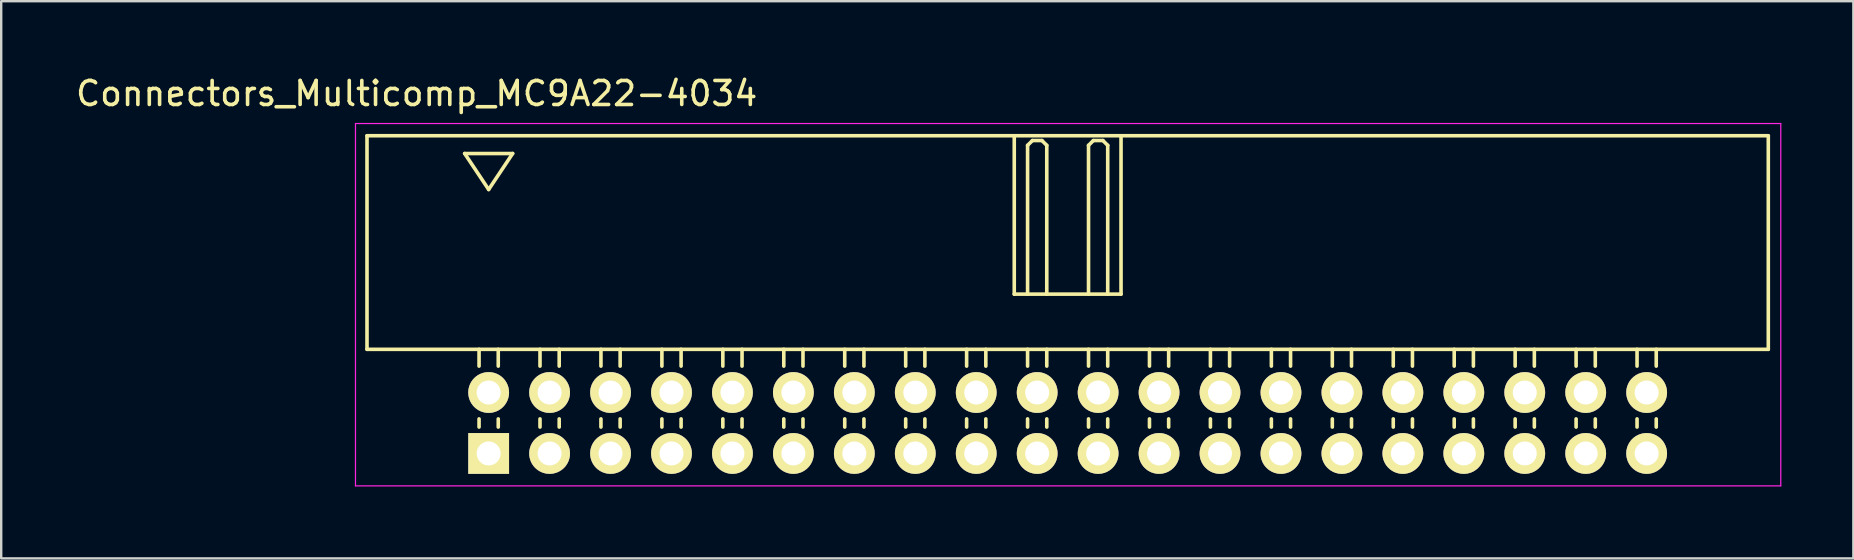
<source format=kicad_pcb>
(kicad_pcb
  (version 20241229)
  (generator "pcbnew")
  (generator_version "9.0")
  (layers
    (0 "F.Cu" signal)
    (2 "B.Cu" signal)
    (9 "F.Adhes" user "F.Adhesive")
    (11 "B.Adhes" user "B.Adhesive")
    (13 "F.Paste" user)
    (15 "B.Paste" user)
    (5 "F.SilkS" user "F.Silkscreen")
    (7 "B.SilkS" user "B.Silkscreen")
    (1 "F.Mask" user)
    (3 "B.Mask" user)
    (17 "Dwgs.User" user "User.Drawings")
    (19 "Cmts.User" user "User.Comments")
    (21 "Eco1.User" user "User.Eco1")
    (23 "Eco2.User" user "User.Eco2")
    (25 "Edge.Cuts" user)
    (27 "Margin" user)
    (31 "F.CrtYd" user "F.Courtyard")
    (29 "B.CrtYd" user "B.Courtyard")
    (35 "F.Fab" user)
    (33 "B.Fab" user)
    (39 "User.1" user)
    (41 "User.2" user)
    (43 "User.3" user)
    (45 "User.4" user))
  (footprint "Connectors_Multicomp_MC9A22-4034"
    (layer "F.Cu")
    (at 17.315 15.848)
    (property "Reference" "Connectors_Multicomp_MC9A22-4034" (at -3 -15 0) (layer "F.SilkS") (effects (font (size 1 1) (thickness 0.15))))
    (attr through_hole)
    (fp_line (start -5.07 -13.24) (end 53.33 -13.24) (stroke (width 0.15) (type solid)) (layer "F.SilkS"))
    (fp_line (start -5.07 -4.34) (end -5.07 -13.24) (stroke (width 0.15) (type solid)) (layer "F.SilkS"))
    (fp_line (start -1 -12.5) (end 1 -12.5) (stroke (width 0.15) (type solid)) (layer "F.SilkS"))
    (fp_line (start -0.4 -3.64) (end -0.4 -4.34) (stroke (width 0.15) (type solid)) (layer "F.SilkS"))
    (fp_line (start -0.4 -1.1) (end -0.4 -1.44) (stroke (width 0.15) (type solid)) (layer "F.SilkS"))
    (fp_line (start 0 -11) (end -1 -12.5) (stroke (width 0.15) (type solid)) (layer "F.SilkS"))
    (fp_line (start 0.4 -3.64) (end 0.4 -4.34) (stroke (width 0.15) (type solid)) (layer "F.SilkS"))
    (fp_line (start 0.4 -1.1) (end 0.4 -1.44) (stroke (width 0.15) (type solid)) (layer "F.SilkS"))
    (fp_line (start 1 -12.5) (end 0 -11) (stroke (width 0.15) (type solid)) (layer "F.SilkS"))
    (fp_line (start 2.14 -3.64) (end 2.14 -4.34) (stroke (width 0.15) (type solid)) (layer "F.SilkS"))
    (fp_line (start 2.14 -1.1) (end 2.14 -1.44) (stroke (width 0.15) (type solid)) (layer "F.SilkS"))
    (fp_line (start 2.94 -3.64) (end 2.94 -4.34) (stroke (width 0.15) (type solid)) (layer "F.SilkS"))
    (fp_line (start 2.94 -1.1) (end 2.94 -1.44) (stroke (width 0.15) (type solid)) (layer "F.SilkS"))
    (fp_line (start 4.68 -3.64) (end 4.68 -4.34) (stroke (width 0.15) (type solid)) (layer "F.SilkS"))
    (fp_line (start 4.68 -1.1) (end 4.68 -1.44) (stroke (width 0.15) (type solid)) (layer "F.SilkS"))
    (fp_line (start 5.48 -3.64) (end 5.48 -4.34) (stroke (width 0.15) (type solid)) (layer "F.SilkS"))
    (fp_line (start 5.48 -1.1) (end 5.48 -1.44) (stroke (width 0.15) (type solid)) (layer "F.SilkS"))
    (fp_line (start 7.22 -3.64) (end 7.22 -4.34) (stroke (width 0.15) (type solid)) (layer "F.SilkS"))
    (fp_line (start 7.22 -1.1) (end 7.22 -1.44) (stroke (width 0.15) (type solid)) (layer "F.SilkS"))
    (fp_line (start 8.02 -3.64) (end 8.02 -4.34) (stroke (width 0.15) (type solid)) (layer "F.SilkS"))
    (fp_line (start 8.02 -1.1) (end 8.02 -1.44) (stroke (width 0.15) (type solid)) (layer "F.SilkS"))
    (fp_line (start 9.76 -3.64) (end 9.76 -4.34) (stroke (width 0.15) (type solid)) (layer "F.SilkS"))
    (fp_line (start 9.76 -1.1) (end 9.76 -1.44) (stroke (width 0.15) (type solid)) (layer "F.SilkS"))
    (fp_line (start 10.56 -3.64) (end 10.56 -4.34) (stroke (width 0.15) (type solid)) (layer "F.SilkS"))
    (fp_line (start 10.56 -1.1) (end 10.56 -1.44) (stroke (width 0.15) (type solid)) (layer "F.SilkS"))
    (fp_line (start 12.3 -3.64) (end 12.3 -4.34) (stroke (width 0.15) (type solid)) (layer "F.SilkS"))
    (fp_line (start 12.3 -1.1) (end 12.3 -1.44) (stroke (width 0.15) (type solid)) (layer "F.SilkS"))
    (fp_line (start 13.1 -3.64) (end 13.1 -4.34) (stroke (width 0.15) (type solid)) (layer "F.SilkS"))
    (fp_line (start 13.1 -1.1) (end 13.1 -1.44) (stroke (width 0.15) (type solid)) (layer "F.SilkS"))
    (fp_line (start 14.84 -3.64) (end 14.84 -4.34) (stroke (width 0.15) (type solid)) (layer "F.SilkS"))
    (fp_line (start 14.84 -1.1) (end 14.84 -1.44) (stroke (width 0.15) (type solid)) (layer "F.SilkS"))
    (fp_line (start 15.64 -3.64) (end 15.64 -4.34) (stroke (width 0.15) (type solid)) (layer "F.SilkS"))
    (fp_line (start 15.64 -1.1) (end 15.64 -1.44) (stroke (width 0.15) (type solid)) (layer "F.SilkS"))
    (fp_line (start 17.38 -3.64) (end 17.38 -4.34) (stroke (width 0.15) (type solid)) (layer "F.SilkS"))
    (fp_line (start 17.38 -1.1) (end 17.38 -1.44) (stroke (width 0.15) (type solid)) (layer "F.SilkS"))
    (fp_line (start 18.18 -3.64) (end 18.18 -4.34) (stroke (width 0.15) (type solid)) (layer "F.SilkS"))
    (fp_line (start 18.18 -1.1) (end 18.18 -1.44) (stroke (width 0.15) (type solid)) (layer "F.SilkS"))
    (fp_line (start 19.92 -3.64) (end 19.92 -4.34) (stroke (width 0.15) (type solid)) (layer "F.SilkS"))
    (fp_line (start 19.92 -1.1) (end 19.92 -1.44) (stroke (width 0.15) (type solid)) (layer "F.SilkS"))
    (fp_line (start 20.72 -3.64) (end 20.72 -4.34) (stroke (width 0.15) (type solid)) (layer "F.SilkS"))
    (fp_line (start 20.72 -1.1) (end 20.72 -1.44) (stroke (width 0.15) (type solid)) (layer "F.SilkS"))
    (fp_line (start 21.905 -13.24) (end 21.905 -6.64) (stroke (width 0.15) (type solid)) (layer "F.SilkS"))
    (fp_line (start 21.905 -6.64) (end 26.355 -6.64) (stroke (width 0.15) (type solid)) (layer "F.SilkS"))
    (fp_line (start 22.46 -12.84) (end 22.66 -13.04) (stroke (width 0.15) (type solid)) (layer "F.SilkS"))
    (fp_line (start 22.46 -6.64) (end 22.46 -12.84) (stroke (width 0.15) (type solid)) (layer "F.SilkS"))
    (fp_line (start 22.46 -3.64) (end 22.46 -4.34) (stroke (width 0.15) (type solid)) (layer "F.SilkS"))
    (fp_line (start 22.46 -1.1) (end 22.46 -1.44) (stroke (width 0.15) (type solid)) (layer "F.SilkS"))
    (fp_line (start 22.66 -13.04) (end 23.06 -13.04) (stroke (width 0.15) (type solid)) (layer "F.SilkS"))
    (fp_line (start 23.06 -13.04) (end 23.26 -12.84) (stroke (width 0.15) (type solid)) (layer "F.SilkS"))
    (fp_line (start 23.26 -12.84) (end 23.26 -6.64) (stroke (width 0.15) (type solid)) (layer "F.SilkS"))
    (fp_line (start 23.26 -3.64) (end 23.26 -4.34) (stroke (width 0.15) (type solid)) (layer "F.SilkS"))
    (fp_line (start 23.26 -1.1) (end 23.26 -1.44) (stroke (width 0.15) (type solid)) (layer "F.SilkS"))
    (fp_line (start 25 -12.84) (end 25.2 -13.04) (stroke (width 0.15) (type solid)) (layer "F.SilkS"))
    (fp_line (start 25 -6.64) (end 25 -12.84) (stroke (width 0.15) (type solid)) (layer "F.SilkS"))
    (fp_line (start 25 -3.64) (end 25 -4.34) (stroke (width 0.15) (type solid)) (layer "F.SilkS"))
    (fp_line (start 25 -1.1) (end 25 -1.44) (stroke (width 0.15) (type solid)) (layer "F.SilkS"))
    (fp_line (start 25.2 -13.04) (end 25.6 -13.04) (stroke (width 0.15) (type solid)) (layer "F.SilkS"))
    (fp_line (start 25.6 -13.04) (end 25.8 -12.84) (stroke (width 0.15) (type solid)) (layer "F.SilkS"))
    (fp_line (start 25.8 -12.84) (end 25.8 -6.64) (stroke (width 0.15) (type solid)) (layer "F.SilkS"))
    (fp_line (start 25.8 -3.64) (end 25.8 -4.34) (stroke (width 0.15) (type solid)) (layer "F.SilkS"))
    (fp_line (start 25.8 -1.1) (end 25.8 -1.44) (stroke (width 0.15) (type solid)) (layer "F.SilkS"))
    (fp_line (start 26.355 -6.64) (end 26.355 -13.24) (stroke (width 0.15) (type solid)) (layer "F.SilkS"))
    (fp_line (start 27.54 -3.64) (end 27.54 -4.34) (stroke (width 0.15) (type solid)) (layer "F.SilkS"))
    (fp_line (start 27.54 -1.1) (end 27.54 -1.44) (stroke (width 0.15) (type solid)) (layer "F.SilkS"))
    (fp_line (start 28.34 -3.64) (end 28.34 -4.34) (stroke (width 0.15) (type solid)) (layer "F.SilkS"))
    (fp_line (start 28.34 -1.1) (end 28.34 -1.44) (stroke (width 0.15) (type solid)) (layer "F.SilkS"))
    (fp_line (start 30.08 -3.64) (end 30.08 -4.34) (stroke (width 0.15) (type solid)) (layer "F.SilkS"))
    (fp_line (start 30.08 -1.1) (end 30.08 -1.44) (stroke (width 0.15) (type solid)) (layer "F.SilkS"))
    (fp_line (start 30.88 -3.64) (end 30.88 -4.34) (stroke (width 0.15) (type solid)) (layer "F.SilkS"))
    (fp_line (start 30.88 -1.1) (end 30.88 -1.44) (stroke (width 0.15) (type solid)) (layer "F.SilkS"))
    (fp_line (start 32.62 -3.64) (end 32.62 -4.34) (stroke (width 0.15) (type solid)) (layer "F.SilkS"))
    (fp_line (start 32.62 -1.1) (end 32.62 -1.44) (stroke (width 0.15) (type solid)) (layer "F.SilkS"))
    (fp_line (start 33.42 -3.64) (end 33.42 -4.34) (stroke (width 0.15) (type solid)) (layer "F.SilkS"))
    (fp_line (start 33.42 -1.1) (end 33.42 -1.44) (stroke (width 0.15) (type solid)) (layer "F.SilkS"))
    (fp_line (start 35.16 -3.64) (end 35.16 -4.34) (stroke (width 0.15) (type solid)) (layer "F.SilkS"))
    (fp_line (start 35.16 -1.1) (end 35.16 -1.44) (stroke (width 0.15) (type solid)) (layer "F.SilkS"))
    (fp_line (start 35.96 -3.64) (end 35.96 -4.34) (stroke (width 0.15) (type solid)) (layer "F.SilkS"))
    (fp_line (start 35.96 -1.1) (end 35.96 -1.44) (stroke (width 0.15) (type solid)) (layer "F.SilkS"))
    (fp_line (start 37.7 -3.64) (end 37.7 -4.34) (stroke (width 0.15) (type solid)) (layer "F.SilkS"))
    (fp_line (start 37.7 -1.1) (end 37.7 -1.44) (stroke (width 0.15) (type solid)) (layer "F.SilkS"))
    (fp_line (start 38.5 -3.64) (end 38.5 -4.34) (stroke (width 0.15) (type solid)) (layer "F.SilkS"))
    (fp_line (start 38.5 -1.1) (end 38.5 -1.44) (stroke (width 0.15) (type solid)) (layer "F.SilkS"))
    (fp_line (start 40.24 -3.64) (end 40.24 -4.34) (stroke (width 0.15) (type solid)) (layer "F.SilkS"))
    (fp_line (start 40.24 -1.1) (end 40.24 -1.44) (stroke (width 0.15) (type solid)) (layer "F.SilkS"))
    (fp_line (start 41.04 -3.64) (end 41.04 -4.34) (stroke (width 0.15) (type solid)) (layer "F.SilkS"))
    (fp_line (start 41.04 -1.1) (end 41.04 -1.44) (stroke (width 0.15) (type solid)) (layer "F.SilkS"))
    (fp_line (start 42.78 -3.64) (end 42.78 -4.34) (stroke (width 0.15) (type solid)) (layer "F.SilkS"))
    (fp_line (start 42.78 -1.1) (end 42.78 -1.44) (stroke (width 0.15) (type solid)) (layer "F.SilkS"))
    (fp_line (start 43.58 -3.64) (end 43.58 -4.34) (stroke (width 0.15) (type solid)) (layer "F.SilkS"))
    (fp_line (start 43.58 -1.1) (end 43.58 -1.44) (stroke (width 0.15) (type solid)) (layer "F.SilkS"))
    (fp_line (start 45.32 -3.64) (end 45.32 -4.34) (stroke (width 0.15) (type solid)) (layer "F.SilkS"))
    (fp_line (start 45.32 -1.1) (end 45.32 -1.44) (stroke (width 0.15) (type solid)) (layer "F.SilkS"))
    (fp_line (start 46.12 -3.64) (end 46.12 -4.34) (stroke (width 0.15) (type solid)) (layer "F.SilkS"))
    (fp_line (start 46.12 -1.1) (end 46.12 -1.44) (stroke (width 0.15) (type solid)) (layer "F.SilkS"))
    (fp_line (start 47.86 -3.64) (end 47.86 -4.34) (stroke (width 0.15) (type solid)) (layer "F.SilkS"))
    (fp_line (start 47.86 -1.1) (end 47.86 -1.44) (stroke (width 0.15) (type solid)) (layer "F.SilkS"))
    (fp_line (start 48.66 -3.64) (end 48.66 -4.34) (stroke (width 0.15) (type solid)) (layer "F.SilkS"))
    (fp_line (start 48.66 -1.1) (end 48.66 -1.44) (stroke (width 0.15) (type solid)) (layer "F.SilkS"))
    (fp_line (start 53.33 -13.24) (end 53.33 -4.34) (stroke (width 0.15) (type solid)) (layer "F.SilkS"))
    (fp_line (start 53.33 -4.34) (end -5.07 -4.34) (stroke (width 0.15) (type solid)) (layer "F.SilkS"))
    (fp_line (start -5.55 -13.75) (end 53.85 -13.75) (stroke (width 0.05) (type solid)) (layer "F.CrtYd"))
    (fp_line (start -5.55 1.35) (end -5.55 -13.75) (stroke (width 0.05) (type solid)) (layer "F.CrtYd"))
    (fp_line (start 53.85 -13.75) (end 53.85 1.35) (stroke (width 0.05) (type solid)) (layer "F.CrtYd"))
    (fp_line (start 53.85 1.35) (end -5.55 1.35) (stroke (width 0.05) (type solid)) (layer "F.CrtYd"))
    (pad "1" thru_hole rect (at 0 0) (size 1.7 1.7) (drill 1) (layers "*.Cu" "*.Mask" "F.SilkS"))
    (pad "2" thru_hole circle (at 0 -2.54) (size 1.7 1.7) (drill 1) (layers "*.Cu" "*.Mask" "F.SilkS"))
    (pad "3" thru_hole circle (at 2.54 0) (size 1.7 1.7) (drill 1) (layers "*.Cu" "*.Mask" "F.SilkS"))
    (pad "4" thru_hole circle (at 2.54 -2.54) (size 1.7 1.7) (drill 1) (layers "*.Cu" "*.Mask" "F.SilkS"))
    (pad "5" thru_hole circle (at 5.08 0) (size 1.7 1.7) (drill 1) (layers "*.Cu" "*.Mask" "F.SilkS"))
    (pad "6" thru_hole circle (at 5.08 -2.54) (size 1.7 1.7) (drill 1) (layers "*.Cu" "*.Mask" "F.SilkS"))
    (pad "7" thru_hole circle (at 7.62 0) (size 1.7 1.7) (drill 1) (layers "*.Cu" "*.Mask" "F.SilkS"))
    (pad "8" thru_hole circle (at 7.62 -2.54) (size 1.7 1.7) (drill 1) (layers "*.Cu" "*.Mask" "F.SilkS"))
    (pad "9" thru_hole circle (at 10.16 0) (size 1.7 1.7) (drill 1) (layers "*.Cu" "*.Mask" "F.SilkS"))
    (pad "10" thru_hole circle (at 10.16 -2.54) (size 1.7 1.7) (drill 1) (layers "*.Cu" "*.Mask" "F.SilkS"))
    (pad "11" thru_hole circle (at 12.7 0) (size 1.7 1.7) (drill 1) (layers "*.Cu" "*.Mask" "F.SilkS"))
    (pad "12" thru_hole circle (at 12.7 -2.54) (size 1.7 1.7) (drill 1) (layers "*.Cu" "*.Mask" "F.SilkS"))
    (pad "13" thru_hole circle (at 15.24 0) (size 1.7 1.7) (drill 1) (layers "*.Cu" "*.Mask" "F.SilkS"))
    (pad "14" thru_hole circle (at 15.24 -2.54) (size 1.7 1.7) (drill 1) (layers "*.Cu" "*.Mask" "F.SilkS"))
    (pad "15" thru_hole circle (at 17.78 0) (size 1.7 1.7) (drill 1) (layers "*.Cu" "*.Mask" "F.SilkS"))
    (pad "16" thru_hole circle (at 17.78 -2.54) (size 1.7 1.7) (drill 1) (layers "*.Cu" "*.Mask" "F.SilkS"))
    (pad "17" thru_hole circle (at 20.32 0) (size 1.7 1.7) (drill 1) (layers "*.Cu" "*.Mask" "F.SilkS"))
    (pad "18" thru_hole circle (at 20.32 -2.54) (size 1.7 1.7) (drill 1) (layers "*.Cu" "*.Mask" "F.SilkS"))
    (pad "19" thru_hole circle (at 22.86 0) (size 1.7 1.7) (drill 1) (layers "*.Cu" "*.Mask" "F.SilkS"))
    (pad "20" thru_hole circle (at 22.86 -2.54) (size 1.7 1.7) (drill 1) (layers "*.Cu" "*.Mask" "F.SilkS"))
    (pad "21" thru_hole circle (at 25.4 0) (size 1.7 1.7) (drill 1) (layers "*.Cu" "*.Mask" "F.SilkS"))
    (pad "22" thru_hole circle (at 25.4 -2.54) (size 1.7 1.7) (drill 1) (layers "*.Cu" "*.Mask" "F.SilkS"))
    (pad "23" thru_hole circle (at 27.94 0) (size 1.7 1.7) (drill 1) (layers "*.Cu" "*.Mask" "F.SilkS"))
    (pad "24" thru_hole circle (at 27.94 -2.54) (size 1.7 1.7) (drill 1) (layers "*.Cu" "*.Mask" "F.SilkS"))
    (pad "25" thru_hole circle (at 30.48 0) (size 1.7 1.7) (drill 1) (layers "*.Cu" "*.Mask" "F.SilkS"))
    (pad "26" thru_hole circle (at 30.48 -2.54) (size 1.7 1.7) (drill 1) (layers "*.Cu" "*.Mask" "F.SilkS"))
    (pad "27" thru_hole circle (at 33.02 0) (size 1.7 1.7) (drill 1) (layers "*.Cu" "*.Mask" "F.SilkS"))
    (pad "28" thru_hole circle (at 33.02 -2.54) (size 1.7 1.7) (drill 1) (layers "*.Cu" "*.Mask" "F.SilkS"))
    (pad "29" thru_hole circle (at 35.56 0) (size 1.7 1.7) (drill 1) (layers "*.Cu" "*.Mask" "F.SilkS"))
    (pad "30" thru_hole circle (at 35.56 -2.54) (size 1.7 1.7) (drill 1) (layers "*.Cu" "*.Mask" "F.SilkS"))
    (pad "31" thru_hole circle (at 38.1 0) (size 1.7 1.7) (drill 1) (layers "*.Cu" "*.Mask" "F.SilkS"))
    (pad "32" thru_hole circle (at 38.1 -2.54) (size 1.7 1.7) (drill 1) (layers "*.Cu" "*.Mask" "F.SilkS"))
    (pad "33" thru_hole circle (at 40.64 0) (size 1.7 1.7) (drill 1) (layers "*.Cu" "*.Mask" "F.SilkS"))
    (pad "34" thru_hole circle (at 40.64 -2.54) (size 1.7 1.7) (drill 1) (layers "*.Cu" "*.Mask" "F.SilkS"))
    (pad "35" thru_hole circle (at 43.18 0) (size 1.7 1.7) (drill 1) (layers "*.Cu" "*.Mask" "F.SilkS"))
    (pad "36" thru_hole circle (at 43.18 -2.54) (size 1.7 1.7) (drill 1) (layers "*.Cu" "*.Mask" "F.SilkS"))
    (pad "37" thru_hole circle (at 45.72 0) (size 1.7 1.7) (drill 1) (layers "*.Cu" "*.Mask" "F.SilkS"))
    (pad "38" thru_hole circle (at 45.72 -2.54) (size 1.7 1.7) (drill 1) (layers "*.Cu" "*.Mask" "F.SilkS"))
    (pad "39" thru_hole circle (at 48.26 0) (size 1.7 1.7) (drill 1) (layers "*.Cu" "*.Mask" "F.SilkS"))
    (pad "40" thru_hole circle (at 48.26 -2.54) (size 1.7 1.7) (drill 1) (layers "*.Cu" "*.Mask" "F.SilkS")))
  (gr_rect
    (start -3 -3)
    (end 74.19 20.223)
    (stroke (width 0.1) (type default))
    (fill no)
    (layer "Edge.Cuts")))
</source>
